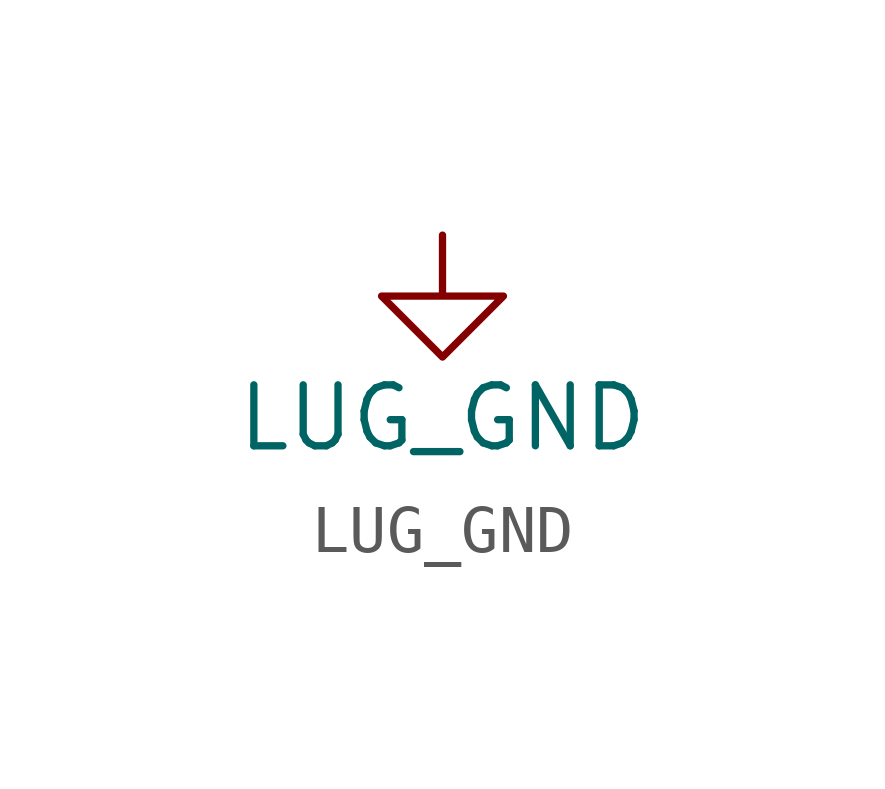
<source format=kicad_sym>
(kicad_symbol_lib
  (version 20241209)
  (generator "kicad_symbol_editor")
  (generator_version "9.0")
  (symbol "LUG_GND"
    (power)
    (pin_names
      (offset 0))
    (property "Reference" "#PWR"
      (at 0 -6.35 0)
      (effects (font (size 1.27 1.27)) (hide yes)))
    (property "Value" "LUG_GND"
      (at 0 -3.81 0)
      (effects (font (size 1.27 1.27))))
    (symbol "LUG_GND_0_1"
      (polyline (pts (xy 0 0) (xy 0 -1.27) (xy 1.27 -1.27) (xy 0 -2.54) (xy -1.27 -1.27) (xy 0 -1.27)) (stroke (width 0) (type default)) (fill (type none))))
    (symbol "LUG_GND_1_1"
      (pin power_in line (at 0 0 270) (length 0) (hide yes) (name "LUG_GND" (effects (font (size 1.27 1.27)))) (number "1" (effects (font (size 1.27 1.27))))))))
</source>
